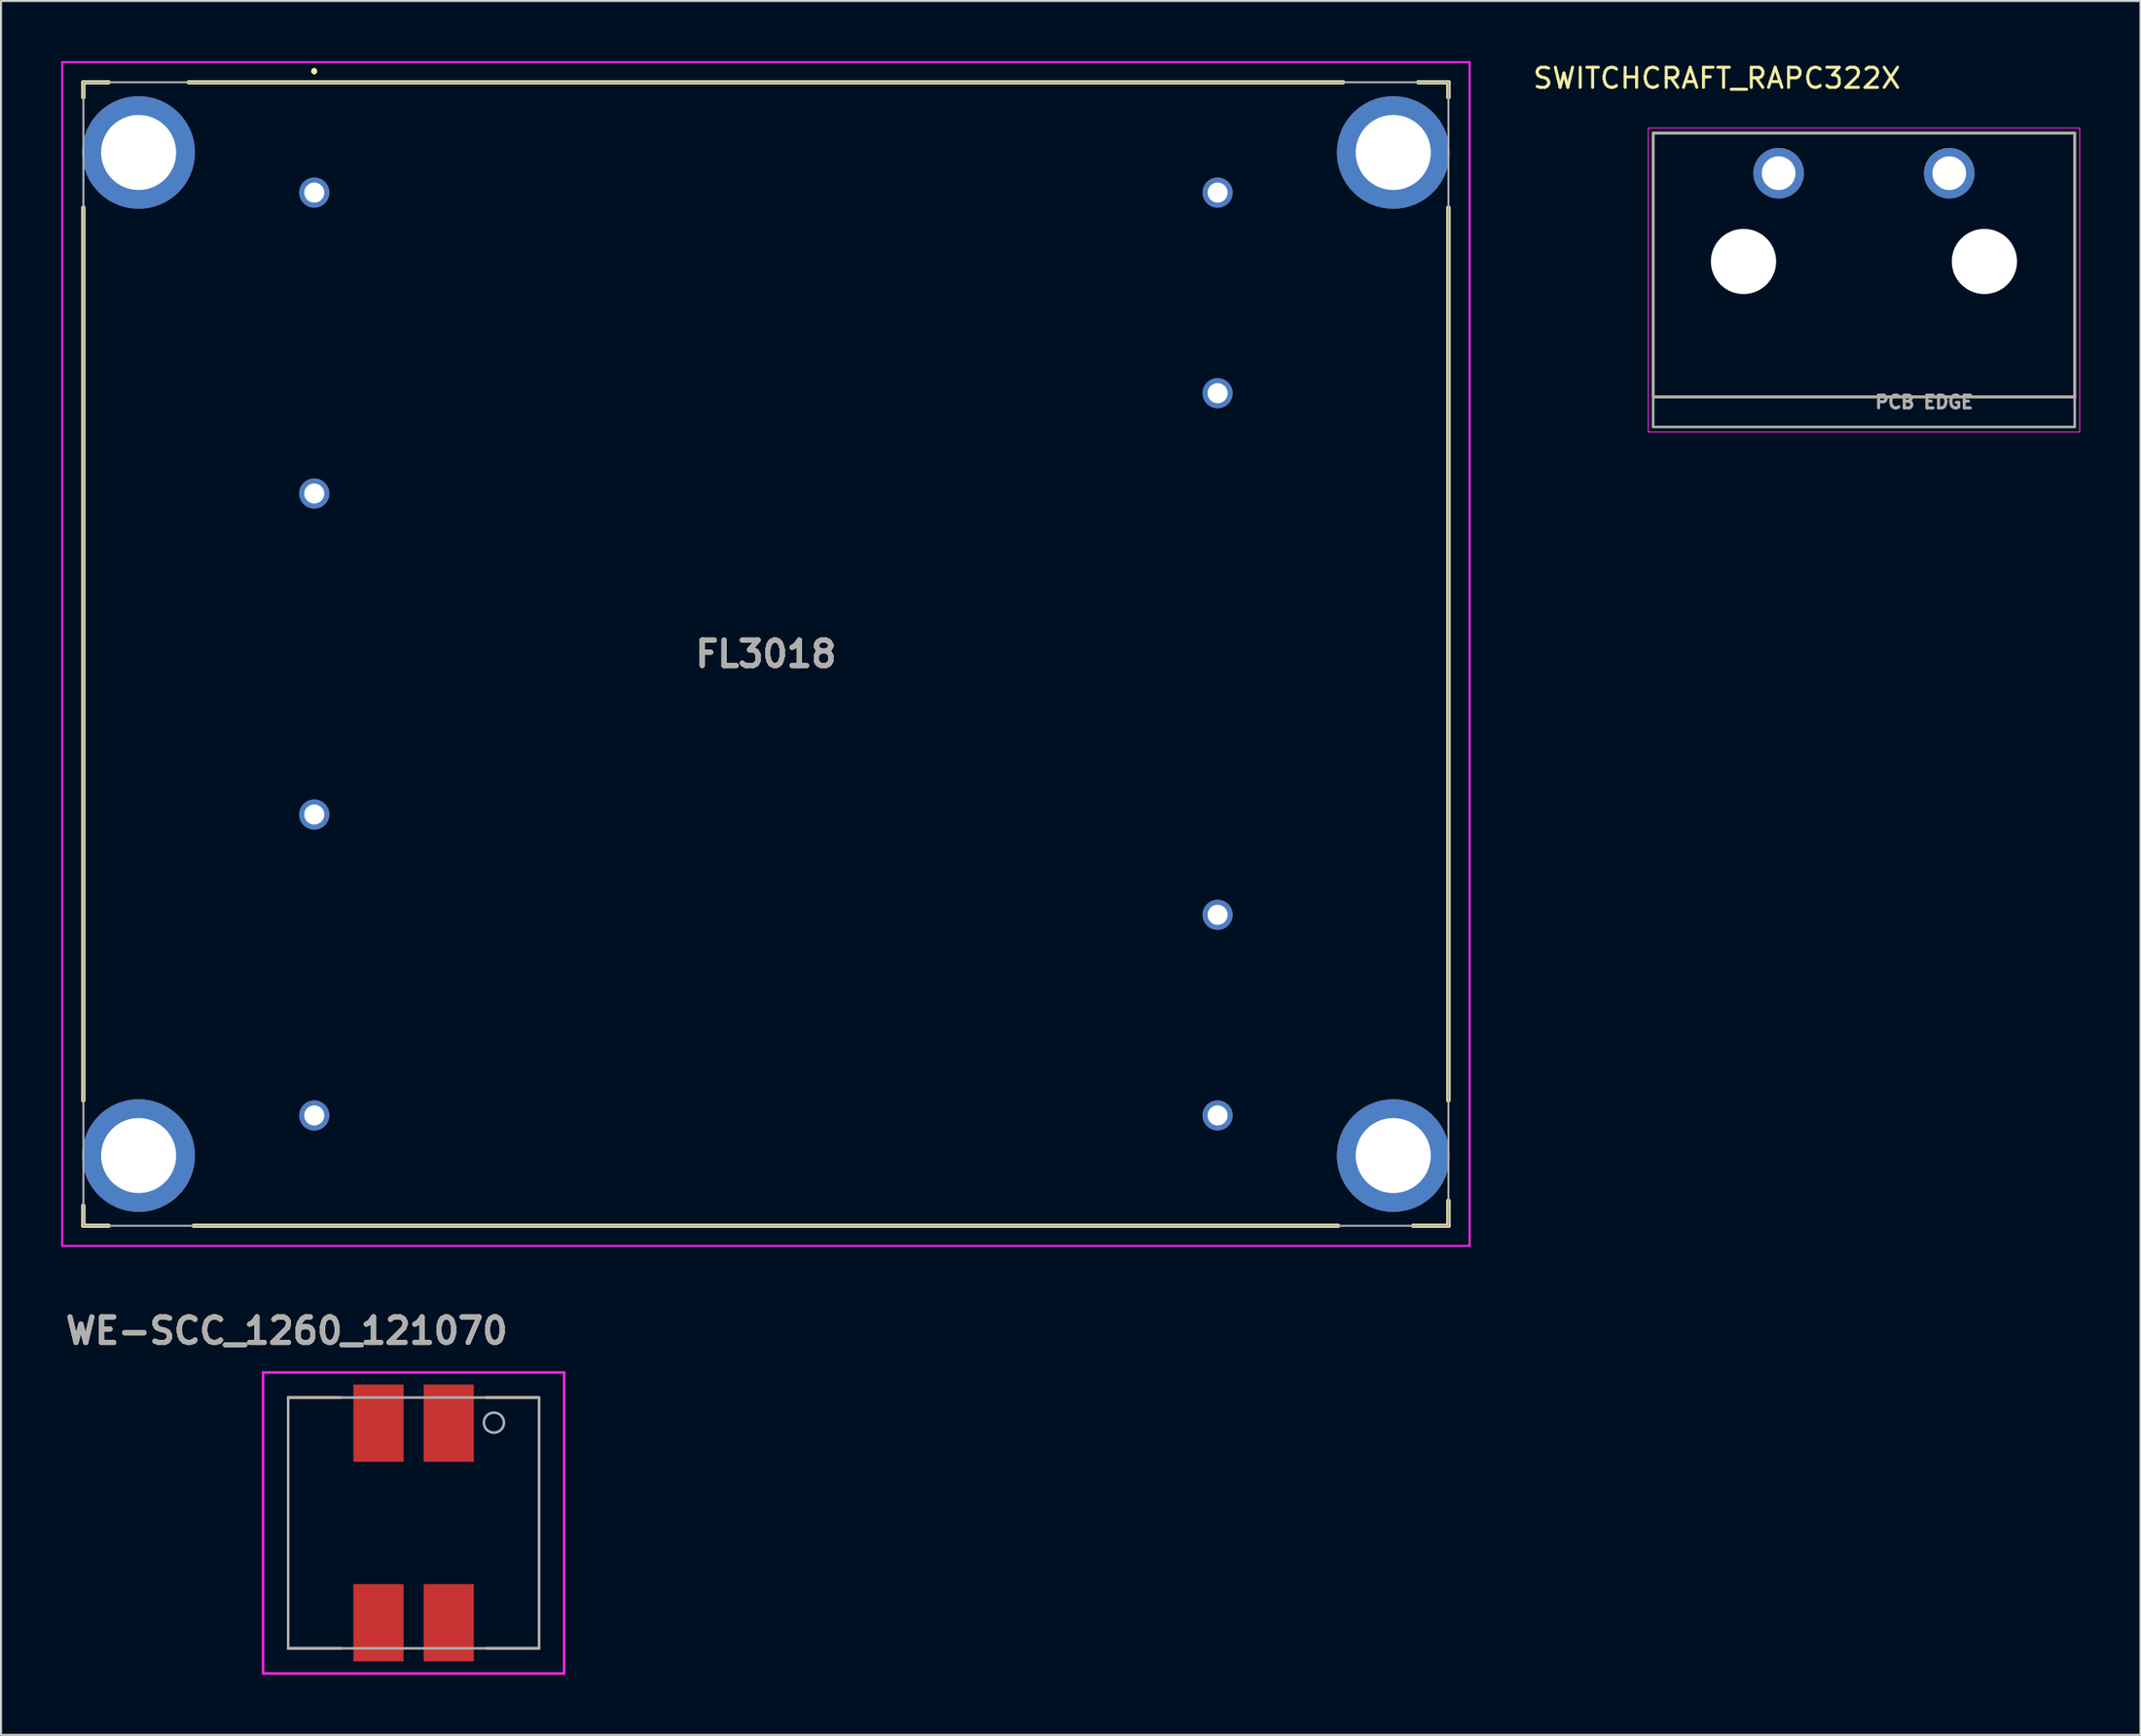
<source format=kicad_pcb>
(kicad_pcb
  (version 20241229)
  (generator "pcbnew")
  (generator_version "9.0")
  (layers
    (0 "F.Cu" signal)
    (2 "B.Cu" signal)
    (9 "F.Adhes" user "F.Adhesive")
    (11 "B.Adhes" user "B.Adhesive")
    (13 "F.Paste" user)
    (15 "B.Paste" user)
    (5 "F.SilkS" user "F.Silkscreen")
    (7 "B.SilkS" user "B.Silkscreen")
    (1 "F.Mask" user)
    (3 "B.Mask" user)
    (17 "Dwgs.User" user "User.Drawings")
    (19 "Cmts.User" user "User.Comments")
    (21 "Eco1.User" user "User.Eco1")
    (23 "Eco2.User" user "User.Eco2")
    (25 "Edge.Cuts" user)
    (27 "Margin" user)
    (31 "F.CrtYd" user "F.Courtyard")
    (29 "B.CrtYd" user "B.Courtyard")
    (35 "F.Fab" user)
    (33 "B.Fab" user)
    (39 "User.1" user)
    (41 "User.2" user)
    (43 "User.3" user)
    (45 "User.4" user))
  (footprint "SWITCHCRAFT_RAPC322X"
    (layer "F.Cu")
    (at 89.803 9.983)
    (property "Reference" "SWITCHCRAFT_RAPC322X" (at -7.325 -9.135 0) (layer "F.SilkS") (effects (font (size 1 1) (thickness 0.15))))
    (attr through_hole)
    (fp_circle (center -6 0) (end -5.061 0) (stroke (width 1.879) (type solid)) (fill no) (layer "F.Mask"))
    (fp_circle (center 6 0) (end 6.939 0) (stroke (width 1.879) (type solid)) (fill no) (layer "F.Mask"))
    (fp_circle (center -6 0) (end -5.061 0) (stroke (width 1.879) (type solid)) (fill no) (layer "B.Mask"))
    (fp_circle (center 6 0) (end 6.939 0) (stroke (width 1.879) (type solid)) (fill no) (layer "B.Mask"))
    (fp_line (start -10.5 -6.4) (end -10.5 6.75) (stroke (width 0.127) (type solid)) (layer "F.SilkS"))
    (fp_line (start -10.5 6.75) (end 10.5 6.75) (stroke (width 0.127) (type solid)) (layer "F.SilkS"))
    (fp_line (start 10.5 -6.4) (end -10.5 -6.4) (stroke (width 0.127) (type solid)) (layer "F.SilkS"))
    (fp_line (start 10.5 6.75) (end 10.5 -6.4) (stroke (width 0.127) (type solid)) (layer "F.SilkS"))
    (fp_line (start -10.75 -6.65) (end -10.75 8.5) (stroke (width 0.05) (type solid)) (layer "F.CrtYd"))
    (fp_line (start -10.75 8.5) (end 10.75 8.5) (stroke (width 0.05) (type solid)) (layer "F.CrtYd"))
    (fp_line (start 10.75 -6.65) (end -10.75 -6.65) (stroke (width 0.05) (type solid)) (layer "F.CrtYd"))
    (fp_line (start 10.75 8.5) (end 10.75 -6.65) (stroke (width 0.05) (type solid)) (layer "F.CrtYd"))
    (fp_line (start -10.5 -6.4) (end -10.5 6.75) (stroke (width 0.127) (type solid)) (layer "F.Fab"))
    (fp_line (start -10.5 6.75) (end -10.5 8.25) (stroke (width 0.127) (type solid)) (layer "F.Fab"))
    (fp_line (start -10.5 6.75) (end 10.5 6.75) (stroke (width 0.127) (type solid)) (layer "F.Fab"))
    (fp_line (start -10.5 8.25) (end 10.5 8.25) (stroke (width 0.127) (type solid)) (layer "F.Fab"))
    (fp_line (start 10.5 -6.4) (end -10.5 -6.4) (stroke (width 0.127) (type solid)) (layer "F.Fab"))
    (fp_line (start 10.5 6.75) (end 10.5 -6.4) (stroke (width 0.127) (type solid)) (layer "F.Fab"))
    (fp_line (start 10.5 8.25) (end 10.5 6.75) (stroke (width 0.127) (type solid)) (layer "F.Fab"))
    (fp_text user "PCB EDGE" (at 3 7.01 0) (layer "F.Fab") (effects (font (size 0.64 0.64) (thickness 0.15))))
    (pad "" np_thru_hole circle (at -6 0) (size 3.25 3.25) (drill 3.25) (layers "*.Cu" "*.Mask"))
    (pad "" np_thru_hole circle (at 6 0) (size 3.25 3.25) (drill 3.25) (layers "*.Cu" "*.Mask"))
    (pad "L" thru_hole circle (at -4.25 -4.4) (size 2.52 2.52) (drill 1.68) (layers "*.Cu" "*.Mask"))
    (pad "N" thru_hole circle (at 4.25 -4.4) (size 2.52 2.52) (drill 1.68) (layers "*.Cu" "*.Mask")))
  (footprint "WE-SCC_1260_121070"
    (layer "F.Cu")
    (at 17.554 72.862)
    (property "Reference" "WE-SCC_1260_121070" (at -6.323 -9.573 0) (layer "F.SilkS") (effects (font (size 1.27 1.27) (thickness 0.254))))
    (attr smd)
    (fp_line (start -6.25 -6.25) (end -6.25 6.25) (stroke (width 0.127) (type solid)) (layer "F.SilkS"))
    (fp_line (start -6.25 6.25) (end -3.625 6.25) (stroke (width 0.127) (type solid)) (layer "F.SilkS"))
    (fp_line (start -3.625 -6.25) (end -6.25 -6.25) (stroke (width 0.127) (type solid)) (layer "F.SilkS"))
    (fp_line (start 3.625 -6.25) (end 6.25 -6.25) (stroke (width 0.127) (type solid)) (layer "F.SilkS"))
    (fp_line (start 6.25 -6.25) (end 6.25 6.25) (stroke (width 0.127) (type solid)) (layer "F.SilkS"))
    (fp_line (start 6.25 6.25) (end 3.625 6.25) (stroke (width 0.127) (type solid)) (layer "F.SilkS"))
    (fp_line (start -7.5 -7.5) (end -7.5 7.5) (stroke (width 0.127) (type solid)) (layer "F.CrtYd"))
    (fp_line (start -7.5 7.5) (end 7.5 7.5) (stroke (width 0.127) (type solid)) (layer "F.CrtYd"))
    (fp_line (start 7.5 -7.5) (end -7.5 -7.5) (stroke (width 0.127) (type solid)) (layer "F.CrtYd"))
    (fp_line (start 7.5 7.5) (end 7.5 -7.5) (stroke (width 0.127) (type solid)) (layer "F.CrtYd"))
    (fp_line (start -6.25 -6.25) (end -6.25 6.25) (stroke (width 0.127) (type solid)) (layer "F.Fab"))
    (fp_line (start -6.25 6.25) (end 6.25 6.25) (stroke (width 0.127) (type solid)) (layer "F.Fab"))
    (fp_line (start 6.25 -6.25) (end -6.25 -6.25) (stroke (width 0.127) (type solid)) (layer "F.Fab"))
    (fp_line (start 6.25 6.25) (end 6.25 -6.25) (stroke (width 0.127) (type solid)) (layer "F.Fab"))
    (fp_circle (center 4 -5) (end 4 -4.5) (stroke (width 0.127) (type solid)) (fill no) (layer "F.Fab"))
    (fp_text user "${REFERENCE}" (at -6.323 -9.573 0) (layer "F.Fab") (effects (font (size 1.27 1.27) (thickness 0.254))))
    (pad "1" smd rect (at 1.75 -4.975) (size 2.5 3.85) (layers "F.Cu" "F.Mask" "F.Paste"))
    (pad "2" smd rect (at -1.75 -4.975) (size 2.5 3.85) (layers "F.Cu" "F.Mask" "F.Paste"))
    (pad "3" smd rect (at -1.75 4.975) (size 2.5 3.85) (layers "F.Cu" "F.Mask" "F.Paste"))
    (pad "4" smd rect (at 1.75 4.975) (size 2.5 3.85) (layers "F.Cu" "F.Mask" "F.Paste")))
  (footprint "FL3018"
    (layer "F.Cu")
    (at 12.605 6.55)
    (property "Reference" "FL3018" (at 22.5 23 0) (layer "F.SilkS") (effects (font (size 1.27 1.27) (thickness 0.254))))
    (attr through_hole)
    (fp_line (start -11.5 -5.5) (end -11.5 -5.5) (stroke (width 0.2) (type solid)) (layer "F.SilkS"))
    (fp_line (start -11.5 -5.5) (end -11.5 -5.5) (stroke (width 0.2) (type solid)) (layer "F.SilkS"))
    (fp_line (start -11.5 -5.5) (end -11.5 -4.75) (stroke (width 0.2) (type solid)) (layer "F.SilkS"))
    (fp_line (start -11.5 -5.5) (end -10.25 -5.5) (stroke (width 0.2) (type solid)) (layer "F.SilkS"))
    (fp_line (start -11.5 -4.75) (end -11.5 -5.5) (stroke (width 0.2) (type solid)) (layer "F.SilkS"))
    (fp_line (start -11.5 -4.75) (end -11.5 -4.75) (stroke (width 0.2) (type solid)) (layer "F.SilkS"))
    (fp_line (start -11.5 0.75) (end -11.5 0.75) (stroke (width 0.2) (type solid)) (layer "F.SilkS"))
    (fp_line (start -11.5 0.75) (end -11.5 45.25) (stroke (width 0.2) (type solid)) (layer "F.SilkS"))
    (fp_line (start -11.5 45.25) (end -11.5 0.75) (stroke (width 0.2) (type solid)) (layer "F.SilkS"))
    (fp_line (start -11.5 45.25) (end -11.5 45.25) (stroke (width 0.2) (type solid)) (layer "F.SilkS"))
    (fp_line (start -11.5 50.5) (end -11.5 50.5) (stroke (width 0.2) (type solid)) (layer "F.SilkS"))
    (fp_line (start -11.5 50.5) (end -11.5 51.5) (stroke (width 0.2) (type solid)) (layer "F.SilkS"))
    (fp_line (start -11.5 51.5) (end -11.5 50.5) (stroke (width 0.2) (type solid)) (layer "F.SilkS"))
    (fp_line (start -11.5 51.5) (end -11.5 51.5) (stroke (width 0.2) (type solid)) (layer "F.SilkS"))
    (fp_line (start -11.5 51.5) (end -11.5 51.5) (stroke (width 0.2) (type solid)) (layer "F.SilkS"))
    (fp_line (start -11.5 51.5) (end -10.25 51.5) (stroke (width 0.2) (type solid)) (layer "F.SilkS"))
    (fp_line (start -10.25 -5.5) (end -11.5 -5.5) (stroke (width 0.2) (type solid)) (layer "F.SilkS"))
    (fp_line (start -10.25 -5.5) (end -10.25 -5.5) (stroke (width 0.2) (type solid)) (layer "F.SilkS"))
    (fp_line (start -10.25 51.5) (end -11.5 51.5) (stroke (width 0.2) (type solid)) (layer "F.SilkS"))
    (fp_line (start -10.25 51.5) (end -10.25 51.5) (stroke (width 0.2) (type solid)) (layer "F.SilkS"))
    (fp_line (start -6.25 -5.5) (end -6.25 -5.5) (stroke (width 0.2) (type solid)) (layer "F.SilkS"))
    (fp_line (start -6.25 -5.5) (end 51.25 -5.5) (stroke (width 0.2) (type solid)) (layer "F.SilkS"))
    (fp_line (start -6 51.5) (end -6 51.5) (stroke (width 0.2) (type solid)) (layer "F.SilkS"))
    (fp_line (start -6 51.5) (end 51 51.5) (stroke (width 0.2) (type solid)) (layer "F.SilkS"))
    (fp_line (start 0 -6.1) (end 0 -6.1) (stroke (width 0.2) (type solid)) (layer "F.SilkS"))
    (fp_line (start 0 -6.1) (end 0 -6.1) (stroke (width 0.2) (type solid)) (layer "F.SilkS"))
    (fp_line (start 0 -6) (end 0 -6) (stroke (width 0.2) (type solid)) (layer "F.SilkS"))
    (fp_line (start 51 51.5) (end -6 51.5) (stroke (width 0.2) (type solid)) (layer "F.SilkS"))
    (fp_line (start 51 51.5) (end 51 51.5) (stroke (width 0.2) (type solid)) (layer "F.SilkS"))
    (fp_line (start 51.25 -5.5) (end -6.25 -5.5) (stroke (width 0.2) (type solid)) (layer "F.SilkS"))
    (fp_line (start 51.25 -5.5) (end 51.25 -5.5) (stroke (width 0.2) (type solid)) (layer "F.SilkS"))
    (fp_line (start 54.75 51.5) (end 54.75 51.5) (stroke (width 0.2) (type solid)) (layer "F.SilkS"))
    (fp_line (start 54.75 51.5) (end 56.5 51.5) (stroke (width 0.2) (type solid)) (layer "F.SilkS"))
    (fp_line (start 55 -5.5) (end 55 -5.5) (stroke (width 0.2) (type solid)) (layer "F.SilkS"))
    (fp_line (start 55 -5.5) (end 56.5 -5.5) (stroke (width 0.2) (type solid)) (layer "F.SilkS"))
    (fp_line (start 56.5 -5.5) (end 55 -5.5) (stroke (width 0.2) (type solid)) (layer "F.SilkS"))
    (fp_line (start 56.5 -5.5) (end 56.5 -5.5) (stroke (width 0.2) (type solid)) (layer "F.SilkS"))
    (fp_line (start 56.5 -5.5) (end 56.5 -5.5) (stroke (width 0.2) (type solid)) (layer "F.SilkS"))
    (fp_line (start 56.5 -5.5) (end 56.5 -4.75) (stroke (width 0.2) (type solid)) (layer "F.SilkS"))
    (fp_line (start 56.5 -4.75) (end 56.5 -5.5) (stroke (width 0.2) (type solid)) (layer "F.SilkS"))
    (fp_line (start 56.5 -4.75) (end 56.5 -4.75) (stroke (width 0.2) (type solid)) (layer "F.SilkS"))
    (fp_line (start 56.5 0.75) (end 56.5 0.75) (stroke (width 0.2) (type solid)) (layer "F.SilkS"))
    (fp_line (start 56.5 0.75) (end 56.5 45.25) (stroke (width 0.2) (type solid)) (layer "F.SilkS"))
    (fp_line (start 56.5 45.25) (end 56.5 0.75) (stroke (width 0.2) (type solid)) (layer "F.SilkS"))
    (fp_line (start 56.5 45.25) (end 56.5 45.25) (stroke (width 0.2) (type solid)) (layer "F.SilkS"))
    (fp_line (start 56.5 50.25) (end 56.5 50.25) (stroke (width 0.2) (type solid)) (layer "F.SilkS"))
    (fp_line (start 56.5 50.25) (end 56.5 51.5) (stroke (width 0.2) (type solid)) (layer "F.SilkS"))
    (fp_line (start 56.5 51.5) (end 54.75 51.5) (stroke (width 0.2) (type solid)) (layer "F.SilkS"))
    (fp_line (start 56.5 51.5) (end 56.5 50.25) (stroke (width 0.2) (type solid)) (layer "F.SilkS"))
    (fp_line (start 56.5 51.5) (end 56.5 51.5) (stroke (width 0.2) (type solid)) (layer "F.SilkS"))
    (fp_line (start 56.5 51.5) (end 56.5 51.5) (stroke (width 0.2) (type solid)) (layer "F.SilkS"))
    (fp_arc (start 0 -6.1) (mid 0.05 -6.05) (end 0 -6) (stroke (width 0.2) (type solid)) (layer "F.SilkS"))
    (fp_arc (start 0 -6) (mid -0.05 -6.05) (end 0 -6.1) (stroke (width 0.2) (type solid)) (layer "F.SilkS"))
    (fp_arc (start 0 -6) (mid -0.05 -6.05) (end 0 -6.1) (stroke (width 0.2) (type solid)) (layer "F.SilkS"))
    (fp_line (start -12.555 -6.5) (end 57.555 -6.5) (stroke (width 0.1) (type solid)) (layer "F.CrtYd"))
    (fp_line (start -12.555 52.5) (end -12.555 -6.5) (stroke (width 0.1) (type solid)) (layer "F.CrtYd"))
    (fp_line (start 57.555 -6.5) (end 57.555 52.5) (stroke (width 0.1) (type solid)) (layer "F.CrtYd"))
    (fp_line (start 57.555 52.5) (end -12.555 52.5) (stroke (width 0.1) (type solid)) (layer "F.CrtYd"))
    (fp_line (start -11.5 -5.5) (end 56.5 -5.5) (stroke (width 0.1) (type solid)) (layer "F.Fab"))
    (fp_line (start -11.5 51.5) (end -11.5 -5.5) (stroke (width 0.1) (type solid)) (layer "F.Fab"))
    (fp_line (start 56.5 -5.5) (end 56.5 51.5) (stroke (width 0.1) (type solid)) (layer "F.Fab"))
    (fp_line (start 56.5 51.5) (end -11.5 51.5) (stroke (width 0.1) (type solid)) (layer "F.Fab"))
    (fp_text user "${REFERENCE}" (at 22.5 23 0) (layer "F.Fab") (effects (font (size 1.27 1.27) (thickness 0.254))))
    (pad "1" thru_hole circle (at 0 0) (size 1.5 1.5) (drill 1) (layers "*.Cu" "*.Mask"))
    (pad "2" thru_hole circle (at 0 15) (size 1.5 1.5) (drill 1) (layers "*.Cu" "*.Mask"))
    (pad "3" thru_hole circle (at 0 31) (size 1.5 1.5) (drill 1) (layers "*.Cu" "*.Mask"))
    (pad "4" thru_hole circle (at 0 46) (size 1.5 1.5) (drill 1) (layers "*.Cu" "*.Mask"))
    (pad "5" thru_hole circle (at 45 46) (size 1.5 1.5) (drill 1) (layers "*.Cu" "*.Mask"))
    (pad "6" thru_hole circle (at 45 36) (size 1.5 1.5) (drill 1) (layers "*.Cu" "*.Mask"))
    (pad "7" thru_hole circle (at 45 10) (size 1.5 1.5) (drill 1) (layers "*.Cu" "*.Mask"))
    (pad "8" thru_hole circle (at 45 0) (size 1.5 1.5) (drill 1) (layers "*.Cu" "*.Mask"))
    (pad "MH1" thru_hole circle (at -8.75 -2) (size 5.61 5.61) (drill 3.74) (layers "*.Cu" "*.Mask"))
    (pad "MH2" thru_hole circle (at -8.75 48) (size 5.61 5.61) (drill 3.74) (layers "*.Cu" "*.Mask"))
    (pad "MH3" thru_hole circle (at 53.75 48) (size 5.61 5.61) (drill 3.74) (layers "*.Cu" "*.Mask"))
    (pad "MH4" thru_hole circle (at 53.75 -2) (size 5.61 5.61) (drill 3.74) (layers "*.Cu" "*.Mask")))
  (gr_rect
    (start -3 -3)
    (end 103.578 83.426)
    (stroke (width 0.1) (type default))
    (fill no)
    (layer "Edge.Cuts")))
</source>
